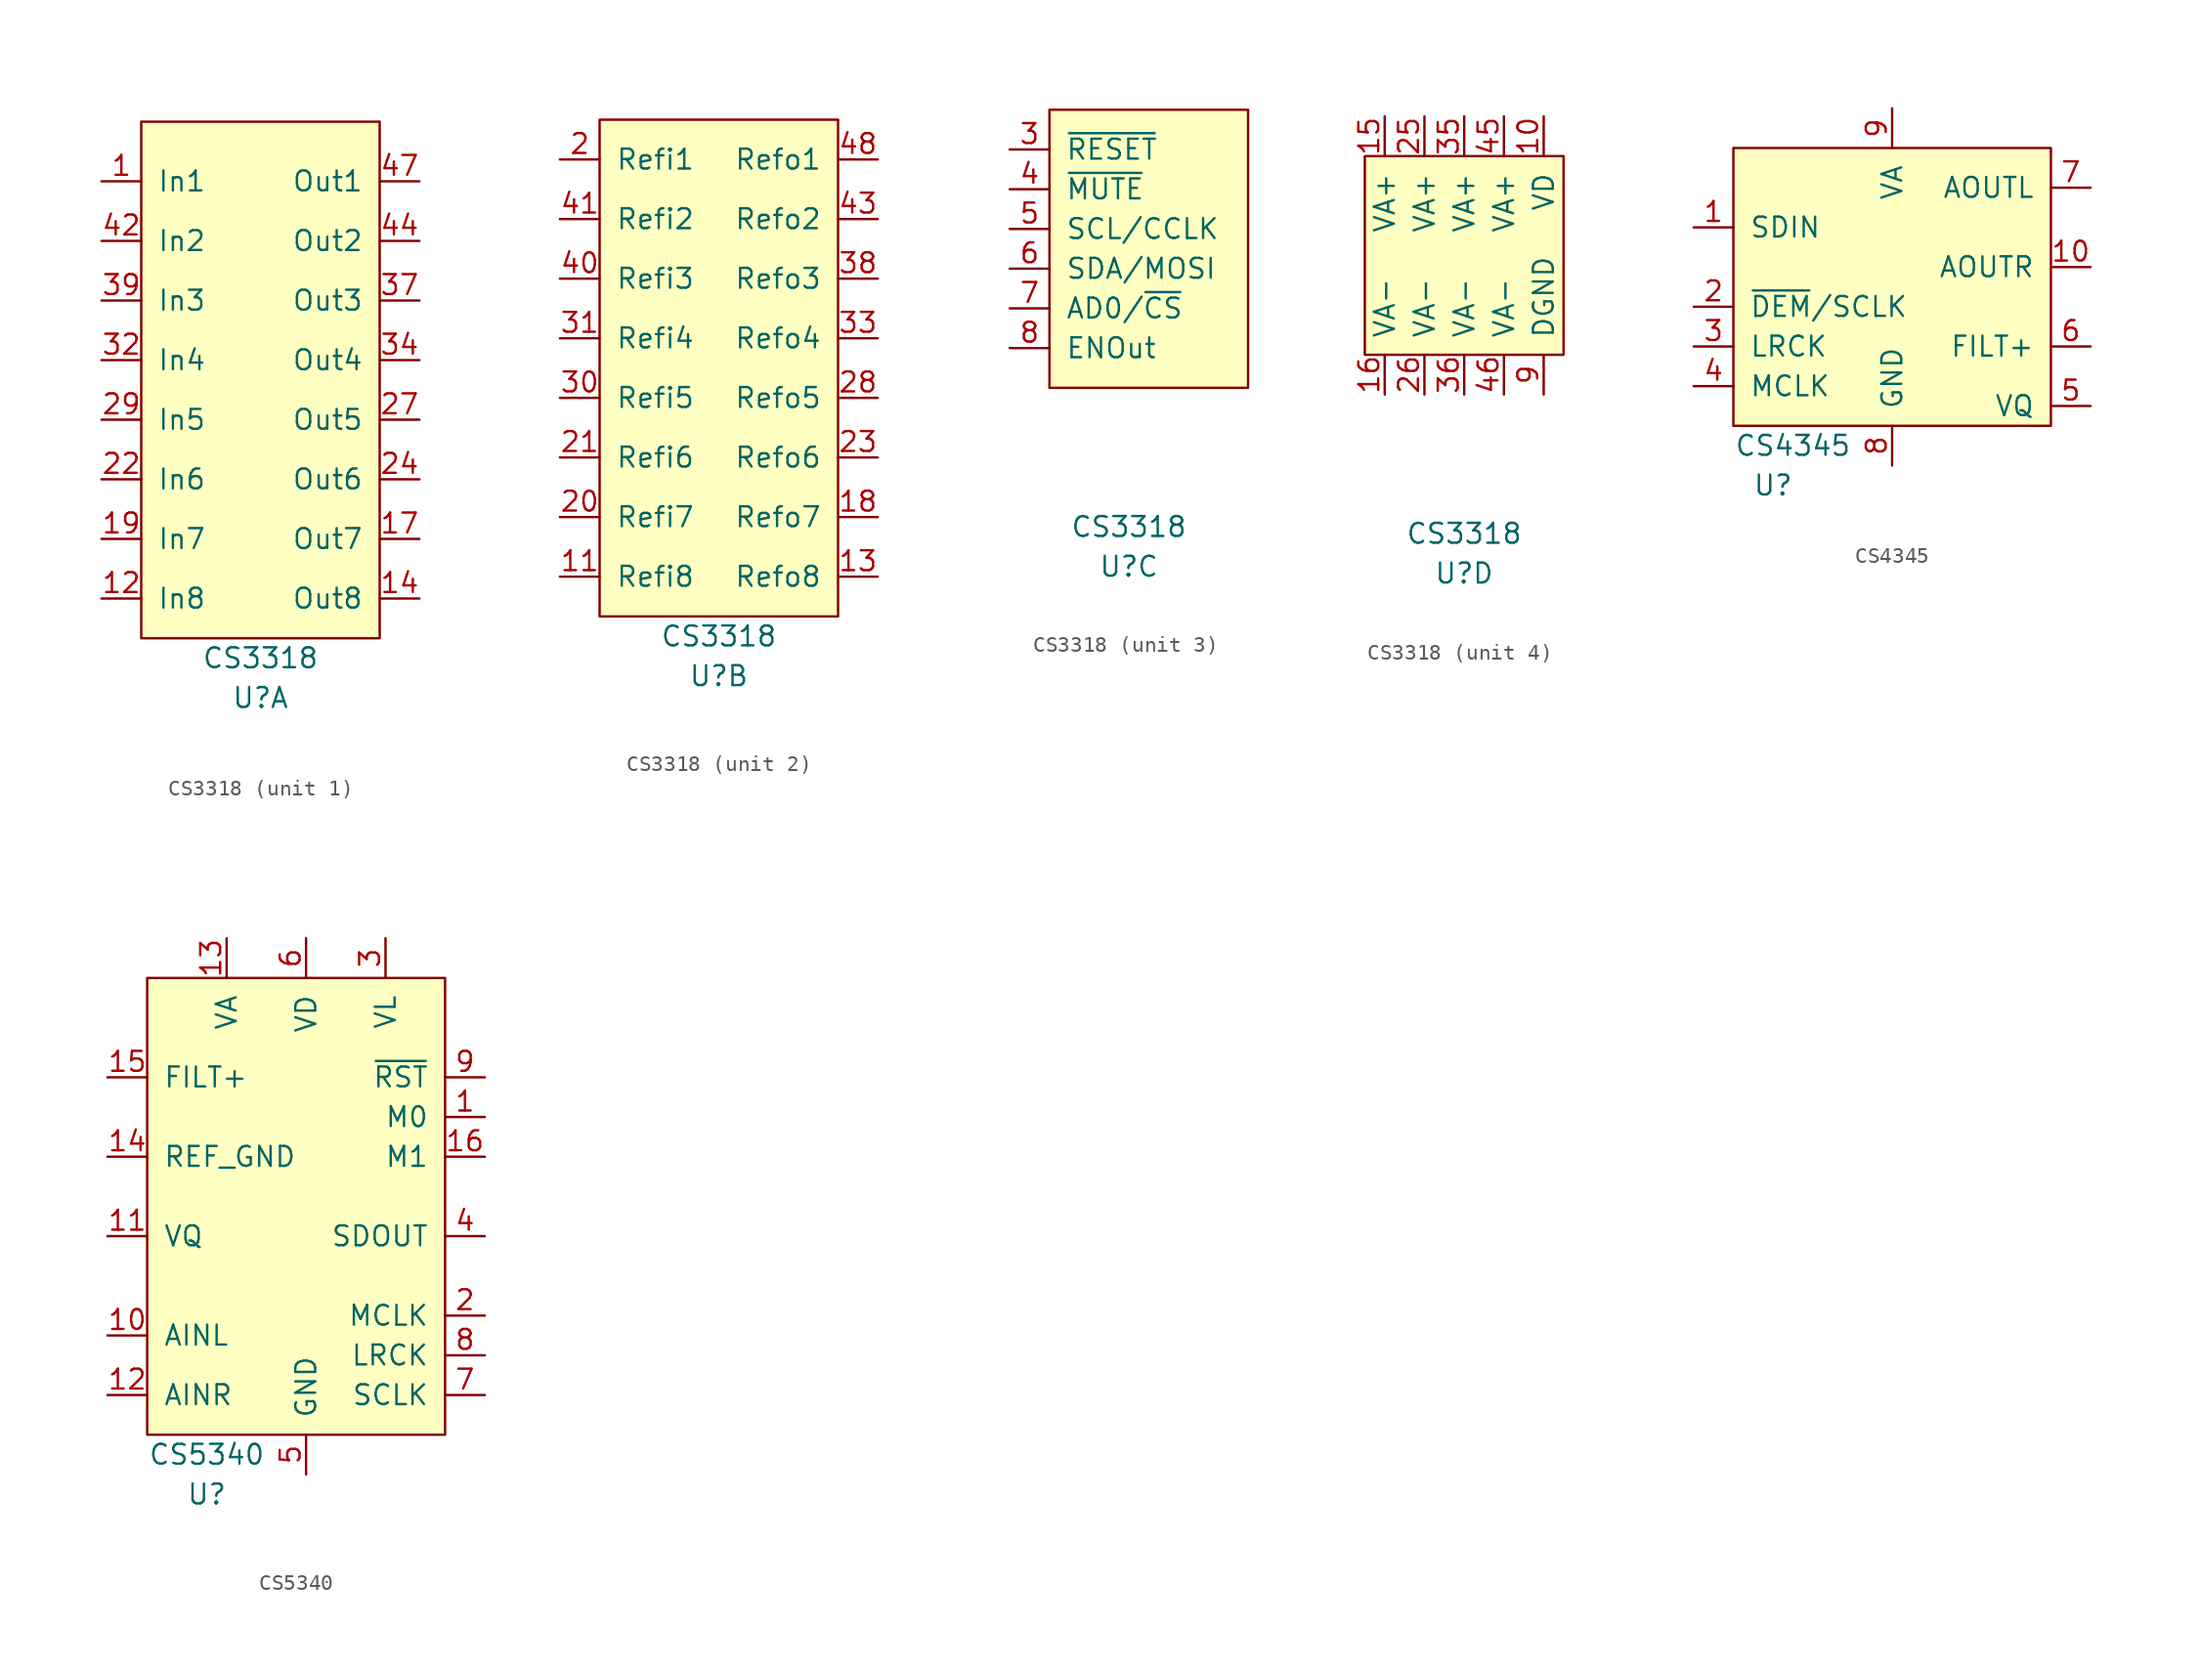
<source format=kicad_sym>
(kicad_symbol_lib
  (version 20231120)
  (generator "kicad_symbol_editor")
  (generator_version "8.0")
  (symbol "CS3318"
    (pin_names
      (offset 1.016))
    (property "Reference" "U"
      (at 0 -20.32 0)
      (effects (font (size 1.27 1.27))))
    (property "Value" "CS3318"
      (at 0 -17.78 0)
      (effects (font (size 1.27 1.27))))
    (property "ki_locked" ""
      (at 0 0 0)
      (effects (font (size 1.27 1.27))))
    (symbol "CS3318_1_1"
      (rectangle (start -7.62 -16.51) (end 7.62 16.51) (stroke (width 0) (type default)) (fill (type background)))
      (pin input line (at -10.16 12.7 0) (length 2.54) (name "In1" (effects (font (size 1.27 1.27)))) (number "1" (effects (font (size 1.27 1.27)))))
      (pin input line (at -10.16 -13.97 0) (length 2.54) (name "In8" (effects (font (size 1.27 1.27)))) (number "12" (effects (font (size 1.27 1.27)))))
      (pin output line (at 10.16 -13.97 180) (length 2.54) (name "Out8" (effects (font (size 1.27 1.27)))) (number "14" (effects (font (size 1.27 1.27)))))
      (pin output line (at 10.16 -10.16 180) (length 2.54) (name "Out7" (effects (font (size 1.27 1.27)))) (number "17" (effects (font (size 1.27 1.27)))))
      (pin input line (at -10.16 -10.16 0) (length 2.54) (name "In7" (effects (font (size 1.27 1.27)))) (number "19" (effects (font (size 1.27 1.27)))))
      (pin input line (at -10.16 -6.35 0) (length 2.54) (name "In6" (effects (font (size 1.27 1.27)))) (number "22" (effects (font (size 1.27 1.27)))))
      (pin output line (at 10.16 -6.35 180) (length 2.54) (name "Out6" (effects (font (size 1.27 1.27)))) (number "24" (effects (font (size 1.27 1.27)))))
      (pin output line (at 10.16 -2.54 180) (length 2.54) (name "Out5" (effects (font (size 1.27 1.27)))) (number "27" (effects (font (size 1.27 1.27)))))
      (pin input line (at -10.16 -2.54 0) (length 2.54) (name "In5" (effects (font (size 1.27 1.27)))) (number "29" (effects (font (size 1.27 1.27)))))
      (pin input line (at -10.16 1.27 0) (length 2.54) (name "In4" (effects (font (size 1.27 1.27)))) (number "32" (effects (font (size 1.27 1.27)))))
      (pin output line (at 10.16 1.27 180) (length 2.54) (name "Out4" (effects (font (size 1.27 1.27)))) (number "34" (effects (font (size 1.27 1.27)))))
      (pin output line (at 10.16 5.08 180) (length 2.54) (name "Out3" (effects (font (size 1.27 1.27)))) (number "37" (effects (font (size 1.27 1.27)))))
      (pin input line (at -10.16 5.08 0) (length 2.54) (name "In3" (effects (font (size 1.27 1.27)))) (number "39" (effects (font (size 1.27 1.27)))))
      (pin input line (at -10.16 8.89 0) (length 2.54) (name "In2" (effects (font (size 1.27 1.27)))) (number "42" (effects (font (size 1.27 1.27)))))
      (pin output line (at 10.16 8.89 180) (length 2.54) (name "Out2" (effects (font (size 1.27 1.27)))) (number "44" (effects (font (size 1.27 1.27)))))
      (pin output line (at 10.16 12.7 180) (length 2.54) (name "Out1" (effects (font (size 1.27 1.27)))) (number "47" (effects (font (size 1.27 1.27))))))
    (symbol "CS3318_2_1"
      (rectangle (start -7.62 -16.51) (end 7.62 15.24) (stroke (width 0) (type default)) (fill (type background)))
      (pin input line (at -10.16 -13.97 0) (length 2.54) (name "Refi8" (effects (font (size 1.27 1.27)))) (number "11" (effects (font (size 1.27 1.27)))))
      (pin input line (at 10.16 -13.97 180) (length 2.54) (name "Refo8" (effects (font (size 1.27 1.27)))) (number "13" (effects (font (size 1.27 1.27)))))
      (pin input line (at 10.16 -10.16 180) (length 2.54) (name "Refo7" (effects (font (size 1.27 1.27)))) (number "18" (effects (font (size 1.27 1.27)))))
      (pin input line (at -10.16 12.7 0) (length 2.54) (name "Refi1" (effects (font (size 1.27 1.27)))) (number "2" (effects (font (size 1.27 1.27)))))
      (pin input line (at -10.16 -10.16 0) (length 2.54) (name "Refi7" (effects (font (size 1.27 1.27)))) (number "20" (effects (font (size 1.27 1.27)))))
      (pin input line (at -10.16 -6.35 0) (length 2.54) (name "Refi6" (effects (font (size 1.27 1.27)))) (number "21" (effects (font (size 1.27 1.27)))))
      (pin input line (at 10.16 -6.35 180) (length 2.54) (name "Refo6" (effects (font (size 1.27 1.27)))) (number "23" (effects (font (size 1.27 1.27)))))
      (pin input line (at 10.16 -2.54 180) (length 2.54) (name "Refo5" (effects (font (size 1.27 1.27)))) (number "28" (effects (font (size 1.27 1.27)))))
      (pin input line (at -10.16 -2.54 0) (length 2.54) (name "Refi5" (effects (font (size 1.27 1.27)))) (number "30" (effects (font (size 1.27 1.27)))))
      (pin input line (at -10.16 1.27 0) (length 2.54) (name "Refi4" (effects (font (size 1.27 1.27)))) (number "31" (effects (font (size 1.27 1.27)))))
      (pin input line (at 10.16 1.27 180) (length 2.54) (name "Refo4" (effects (font (size 1.27 1.27)))) (number "33" (effects (font (size 1.27 1.27)))))
      (pin input line (at 10.16 5.08 180) (length 2.54) (name "Refo3" (effects (font (size 1.27 1.27)))) (number "38" (effects (font (size 1.27 1.27)))))
      (pin input line (at -10.16 5.08 0) (length 2.54) (name "Refi3" (effects (font (size 1.27 1.27)))) (number "40" (effects (font (size 1.27 1.27)))))
      (pin input line (at -10.16 8.89 0) (length 2.54) (name "Refi2" (effects (font (size 1.27 1.27)))) (number "41" (effects (font (size 1.27 1.27)))))
      (pin input line (at 10.16 8.89 180) (length 2.54) (name "Refo2" (effects (font (size 1.27 1.27)))) (number "43" (effects (font (size 1.27 1.27)))))
      (pin input line (at 10.16 12.7 180) (length 2.54) (name "Refo1" (effects (font (size 1.27 1.27)))) (number "48" (effects (font (size 1.27 1.27))))))
    (symbol "CS3318_3_1"
      (rectangle (start -5.08 -8.89) (end 7.62 8.89) (stroke (width 0) (type default)) (fill (type background)))
      (pin input line (at -7.62 6.35 0) (length 2.54) (name "~{RESET}" (effects (font (size 1.27 1.27)))) (number "3" (effects (font (size 1.27 1.27)))))
      (pin input line (at -7.62 3.81 0) (length 2.54) (name "~{MUTE}" (effects (font (size 1.27 1.27)))) (number "4" (effects (font (size 1.27 1.27)))))
      (pin input line (at -7.62 1.27 0) (length 2.54) (name "SCL/CCLK" (effects (font (size 1.27 1.27)))) (number "5" (effects (font (size 1.27 1.27)))))
      (pin bidirectional line (at -7.62 -1.27 0) (length 2.54) (name "SDA/MOSI" (effects (font (size 1.27 1.27)))) (number "6" (effects (font (size 1.27 1.27)))))
      (pin input line (at -7.62 -3.81 0) (length 2.54) (name "AD0/~{CS}" (effects (font (size 1.27 1.27)))) (number "7" (effects (font (size 1.27 1.27)))))
      (pin output line (at -7.62 -6.35 0) (length 2.54) (name "ENOut" (effects (font (size 1.27 1.27)))) (number "8" (effects (font (size 1.27 1.27))))))
    (symbol "CS3318_4_1"
      (rectangle (start -6.35 6.35) (end 6.35 -6.35) (stroke (width 0) (type default)) (fill (type background)))
      (pin power_in line (at 5.08 8.89 270) (length 2.54) (name "VD" (effects (font (size 1.27 1.27)))) (number "10" (effects (font (size 1.27 1.27)))))
      (pin power_in line (at -5.08 8.89 270) (length 2.54) (name "VA+" (effects (font (size 1.27 1.27)))) (number "15" (effects (font (size 1.27 1.27)))))
      (pin power_in line (at -5.08 -8.89 90) (length 2.54) (name "VA-" (effects (font (size 1.27 1.27)))) (number "16" (effects (font (size 1.27 1.27)))))
      (pin power_in line (at -2.54 8.89 270) (length 2.54) (name "VA+" (effects (font (size 1.27 1.27)))) (number "25" (effects (font (size 1.27 1.27)))))
      (pin power_in line (at -2.54 -8.89 90) (length 2.54) (name "VA-" (effects (font (size 1.27 1.27)))) (number "26" (effects (font (size 1.27 1.27)))))
      (pin power_in line (at 0 8.89 270) (length 2.54) (name "VA+" (effects (font (size 1.27 1.27)))) (number "35" (effects (font (size 1.27 1.27)))))
      (pin power_in line (at 0 -8.89 90) (length 2.54) (name "VA-" (effects (font (size 1.27 1.27)))) (number "36" (effects (font (size 1.27 1.27)))))
      (pin power_in line (at 2.54 8.89 270) (length 2.54) (name "VA+" (effects (font (size 1.27 1.27)))) (number "45" (effects (font (size 1.27 1.27)))))
      (pin power_in line (at 2.54 -8.89 90) (length 2.54) (name "VA-" (effects (font (size 1.27 1.27)))) (number "46" (effects (font (size 1.27 1.27)))))
      (pin power_in line (at 5.08 -8.89 90) (length 2.54) (name "DGND" (effects (font (size 1.27 1.27)))) (number "9" (effects (font (size 1.27 1.27)))))))
  (symbol "CS4345"
    (pin_names
      (offset 1.016))
    (property "Reference" "U"
      (at -7.62 -12.7 0)
      (effects (font (size 1.27 1.27))))
    (property "Value" "CS4345"
      (at -6.35 -10.16 0)
      (effects (font (size 1.27 1.27))))
    (symbol "CS4345_0_1"
      (rectangle (start -10.16 8.89) (end 10.16 -8.89) (stroke (width 0) (type default)) (fill (type background))))
    (symbol "CS4345_1_1"
      (pin input line (at -12.7 3.81 0) (length 2.54) (name "SDIN" (effects (font (size 1.27 1.27)))) (number "1" (effects (font (size 1.27 1.27)))))
      (pin output line (at 12.7 1.27 180) (length 2.54) (name "AOUTR" (effects (font (size 1.27 1.27)))) (number "10" (effects (font (size 1.27 1.27)))))
      (pin input line (at -12.7 -1.27 0) (length 2.54) (name "~{DEM}/SCLK" (effects (font (size 1.27 1.27)))) (number "2" (effects (font (size 1.27 1.27)))))
      (pin input line (at -12.7 -3.81 0) (length 2.54) (name "LRCK" (effects (font (size 1.27 1.27)))) (number "3" (effects (font (size 1.27 1.27)))))
      (pin input line (at -12.7 -6.35 0) (length 2.54) (name "MCLK" (effects (font (size 1.27 1.27)))) (number "4" (effects (font (size 1.27 1.27)))))
      (pin output line (at 12.7 -7.62 180) (length 2.54) (name "VQ" (effects (font (size 1.27 1.27)))) (number "5" (effects (font (size 1.27 1.27)))))
      (pin output line (at 12.7 -3.81 180) (length 2.54) (name "FILT+" (effects (font (size 1.27 1.27)))) (number "6" (effects (font (size 1.27 1.27)))))
      (pin output line (at 12.7 6.35 180) (length 2.54) (name "AOUTL" (effects (font (size 1.27 1.27)))) (number "7" (effects (font (size 1.27 1.27)))))
      (pin power_in line (at 0 -11.43 90) (length 2.54) (name "GND" (effects (font (size 1.27 1.27)))) (number "8" (effects (font (size 1.27 1.27)))))
      (pin power_in line (at 0 11.43 270) (length 2.54) (name "VA" (effects (font (size 1.27 1.27)))) (number "9" (effects (font (size 1.27 1.27)))))))
  (symbol "CS5340"
    (pin_names
      (offset 1.016))
    (property "Reference" "U"
      (at -6.35 -16.51 0)
      (effects (font (size 1.27 1.27))))
    (property "Value" "CS5340"
      (at -6.35 -13.97 0)
      (effects (font (size 1.27 1.27))))
    (symbol "CS5340_0_1"
      (rectangle (start -10.16 16.51) (end 8.89 -12.7) (stroke (width 0) (type default)) (fill (type background))))
    (symbol "CS5340_1_1"
      (pin input line (at 11.43 7.62 180) (length 2.54) (name "M0" (effects (font (size 1.27 1.27)))) (number "1" (effects (font (size 1.27 1.27)))))
      (pin input line (at -12.7 -6.35 0) (length 2.54) (name "AINL" (effects (font (size 1.27 1.27)))) (number "10" (effects (font (size 1.27 1.27)))))
      (pin output line (at -12.7 0 0) (length 2.54) (name "VQ" (effects (font (size 1.27 1.27)))) (number "11" (effects (font (size 1.27 1.27)))))
      (pin input line (at -12.7 -10.16 0) (length 2.54) (name "AINR" (effects (font (size 1.27 1.27)))) (number "12" (effects (font (size 1.27 1.27)))))
      (pin power_in line (at -5.08 19.05 270) (length 2.54) (name "VA" (effects (font (size 1.27 1.27)))) (number "13" (effects (font (size 1.27 1.27)))))
      (pin power_in line (at -12.7 5.08 0) (length 2.54) (name "REF_GND" (effects (font (size 1.27 1.27)))) (number "14" (effects (font (size 1.27 1.27)))))
      (pin output line (at -12.7 10.16 0) (length 2.54) (name "FILT+" (effects (font (size 1.27 1.27)))) (number "15" (effects (font (size 1.27 1.27)))))
      (pin input line (at 11.43 5.08 180) (length 2.54) (name "M1" (effects (font (size 1.27 1.27)))) (number "16" (effects (font (size 1.27 1.27)))))
      (pin input line (at 11.43 -5.08 180) (length 2.54) (name "MCLK" (effects (font (size 1.27 1.27)))) (number "2" (effects (font (size 1.27 1.27)))))
      (pin power_in line (at 5.08 19.05 270) (length 2.54) (name "VL" (effects (font (size 1.27 1.27)))) (number "3" (effects (font (size 1.27 1.27)))))
      (pin output line (at 11.43 0 180) (length 2.54) (name "SDOUT" (effects (font (size 1.27 1.27)))) (number "4" (effects (font (size 1.27 1.27)))))
      (pin power_in line (at 0 -15.24 90) (length 2.54) (name "GND" (effects (font (size 1.27 1.27)))) (number "5" (effects (font (size 1.27 1.27)))))
      (pin power_in line (at 0 19.05 270) (length 2.54) (name "VD" (effects (font (size 1.27 1.27)))) (number "6" (effects (font (size 1.27 1.27)))))
      (pin bidirectional line (at 11.43 -10.16 180) (length 2.54) (name "SCLK" (effects (font (size 1.27 1.27)))) (number "7" (effects (font (size 1.27 1.27)))))
      (pin bidirectional line (at 11.43 -7.62 180) (length 2.54) (name "LRCK" (effects (font (size 1.27 1.27)))) (number "8" (effects (font (size 1.27 1.27)))))
      (pin input line (at 11.43 10.16 180) (length 2.54) (name "~{RST}" (effects (font (size 1.27 1.27)))) (number "9" (effects (font (size 1.27 1.27))))))))
</source>
